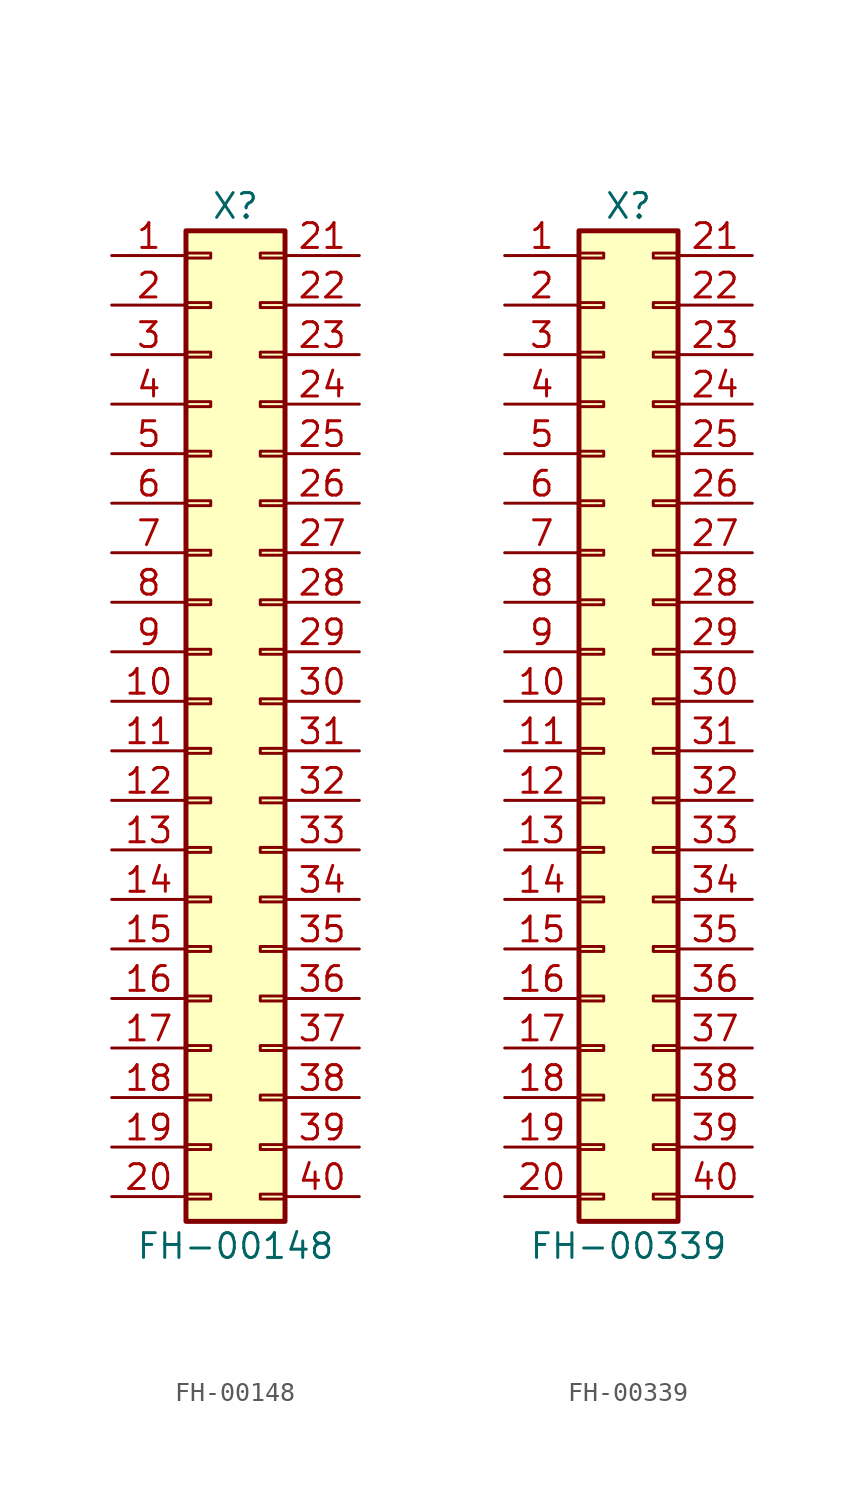
<source format=kicad_sym>
(kicad_symbol_lib
  (version 20220914)
  (generator kicad_db_lib)
  (symbol "FH-00148"
    (pin_names
      (offset 1.016) hide)
    (property "Reference" "X"
      (at 1.27 25.4 0)
      (effects (font (size 1.27 1.27))))
    (property "Value" "FH-00148"
      (at 1.27 -27.94 0)
      (effects (font (size 1.27 1.27))))
    (symbol "FH-00148_1_1"
      (rectangle (start -1.27 -25.273) (end 0 -25.527) (stroke (width 0.152) (type default)) (fill (type none)))
      (rectangle (start -1.27 -22.733) (end 0 -22.987) (stroke (width 0.152) (type default)) (fill (type none)))
      (rectangle (start -1.27 -20.193) (end 0 -20.447) (stroke (width 0.152) (type default)) (fill (type none)))
      (rectangle (start -1.27 -17.653) (end 0 -17.907) (stroke (width 0.152) (type default)) (fill (type none)))
      (rectangle (start -1.27 -15.113) (end 0 -15.367) (stroke (width 0.152) (type default)) (fill (type none)))
      (rectangle (start -1.27 -12.573) (end 0 -12.827) (stroke (width 0.152) (type default)) (fill (type none)))
      (rectangle (start -1.27 -10.033) (end 0 -10.287) (stroke (width 0.152) (type default)) (fill (type none)))
      (rectangle (start -1.27 -7.493) (end 0 -7.747) (stroke (width 0.152) (type default)) (fill (type none)))
      (rectangle (start -1.27 -4.953) (end 0 -5.207) (stroke (width 0.152) (type default)) (fill (type none)))
      (rectangle (start -1.27 -2.413) (end 0 -2.667) (stroke (width 0.152) (type default)) (fill (type none)))
      (rectangle (start -1.27 0.127) (end 0 -0.127) (stroke (width 0.152) (type default)) (fill (type none)))
      (rectangle (start -1.27 2.667) (end 0 2.413) (stroke (width 0.152) (type default)) (fill (type none)))
      (rectangle (start -1.27 5.207) (end 0 4.953) (stroke (width 0.152) (type default)) (fill (type none)))
      (rectangle (start -1.27 7.747) (end 0 7.493) (stroke (width 0.152) (type default)) (fill (type none)))
      (rectangle (start -1.27 10.287) (end 0 10.033) (stroke (width 0.152) (type default)) (fill (type none)))
      (rectangle (start -1.27 12.827) (end 0 12.573) (stroke (width 0.152) (type default)) (fill (type none)))
      (rectangle (start -1.27 15.367) (end 0 15.113) (stroke (width 0.152) (type default)) (fill (type none)))
      (rectangle (start -1.27 17.907) (end 0 17.653) (stroke (width 0.152) (type default)) (fill (type none)))
      (rectangle (start -1.27 20.447) (end 0 20.193) (stroke (width 0.152) (type default)) (fill (type none)))
      (rectangle (start -1.27 22.987) (end 0 22.733) (stroke (width 0.152) (type default)) (fill (type none)))
      (rectangle (start -1.27 24.13) (end 3.81 -26.67) (stroke (width 0.254) (type default)) (fill (type background)))
      (rectangle (start 3.81 -25.273) (end 2.54 -25.527) (stroke (width 0.152) (type default)) (fill (type none)))
      (rectangle (start 3.81 -22.733) (end 2.54 -22.987) (stroke (width 0.152) (type default)) (fill (type none)))
      (rectangle (start 3.81 -20.193) (end 2.54 -20.447) (stroke (width 0.152) (type default)) (fill (type none)))
      (rectangle (start 3.81 -17.653) (end 2.54 -17.907) (stroke (width 0.152) (type default)) (fill (type none)))
      (rectangle (start 3.81 -15.113) (end 2.54 -15.367) (stroke (width 0.152) (type default)) (fill (type none)))
      (rectangle (start 3.81 -12.573) (end 2.54 -12.827) (stroke (width 0.152) (type default)) (fill (type none)))
      (rectangle (start 3.81 -10.033) (end 2.54 -10.287) (stroke (width 0.152) (type default)) (fill (type none)))
      (rectangle (start 3.81 -7.493) (end 2.54 -7.747) (stroke (width 0.152) (type default)) (fill (type none)))
      (rectangle (start 3.81 -4.953) (end 2.54 -5.207) (stroke (width 0.152) (type default)) (fill (type none)))
      (rectangle (start 3.81 -2.413) (end 2.54 -2.667) (stroke (width 0.152) (type default)) (fill (type none)))
      (rectangle (start 3.81 0.127) (end 2.54 -0.127) (stroke (width 0.152) (type default)) (fill (type none)))
      (rectangle (start 3.81 2.667) (end 2.54 2.413) (stroke (width 0.152) (type default)) (fill (type none)))
      (rectangle (start 3.81 5.207) (end 2.54 4.953) (stroke (width 0.152) (type default)) (fill (type none)))
      (rectangle (start 3.81 7.747) (end 2.54 7.493) (stroke (width 0.152) (type default)) (fill (type none)))
      (rectangle (start 3.81 10.287) (end 2.54 10.033) (stroke (width 0.152) (type default)) (fill (type none)))
      (rectangle (start 3.81 12.827) (end 2.54 12.573) (stroke (width 0.152) (type default)) (fill (type none)))
      (rectangle (start 3.81 15.367) (end 2.54 15.113) (stroke (width 0.152) (type default)) (fill (type none)))
      (rectangle (start 3.81 17.907) (end 2.54 17.653) (stroke (width 0.152) (type default)) (fill (type none)))
      (rectangle (start 3.81 20.447) (end 2.54 20.193) (stroke (width 0.152) (type default)) (fill (type none)))
      (rectangle (start 3.81 22.987) (end 2.54 22.733) (stroke (width 0.152) (type default)) (fill (type none)))
      (pin passive line (at -5.08 22.86 0) (length 3.81) (name "Pin_1" (effects (font (size 1.27 1.27)))) (number "1" (effects (font (size 1.27 1.27)))))
      (pin passive line (at -5.08 0 0) (length 3.81) (name "Pin_10" (effects (font (size 1.27 1.27)))) (number "10" (effects (font (size 1.27 1.27)))))
      (pin passive line (at -5.08 -2.54 0) (length 3.81) (name "Pin_11" (effects (font (size 1.27 1.27)))) (number "11" (effects (font (size 1.27 1.27)))))
      (pin passive line (at -5.08 -5.08 0) (length 3.81) (name "Pin_12" (effects (font (size 1.27 1.27)))) (number "12" (effects (font (size 1.27 1.27)))))
      (pin passive line (at -5.08 -7.62 0) (length 3.81) (name "Pin_13" (effects (font (size 1.27 1.27)))) (number "13" (effects (font (size 1.27 1.27)))))
      (pin passive line (at -5.08 -10.16 0) (length 3.81) (name "Pin_14" (effects (font (size 1.27 1.27)))) (number "14" (effects (font (size 1.27 1.27)))))
      (pin passive line (at -5.08 -12.7 0) (length 3.81) (name "Pin_15" (effects (font (size 1.27 1.27)))) (number "15" (effects (font (size 1.27 1.27)))))
      (pin passive line (at -5.08 -15.24 0) (length 3.81) (name "Pin_16" (effects (font (size 1.27 1.27)))) (number "16" (effects (font (size 1.27 1.27)))))
      (pin passive line (at -5.08 -17.78 0) (length 3.81) (name "Pin_17" (effects (font (size 1.27 1.27)))) (number "17" (effects (font (size 1.27 1.27)))))
      (pin passive line (at -5.08 -20.32 0) (length 3.81) (name "Pin_18" (effects (font (size 1.27 1.27)))) (number "18" (effects (font (size 1.27 1.27)))))
      (pin passive line (at -5.08 -22.86 0) (length 3.81) (name "Pin_19" (effects (font (size 1.27 1.27)))) (number "19" (effects (font (size 1.27 1.27)))))
      (pin passive line (at -5.08 20.32 0) (length 3.81) (name "Pin_2" (effects (font (size 1.27 1.27)))) (number "2" (effects (font (size 1.27 1.27)))))
      (pin passive line (at -5.08 -25.4 0) (length 3.81) (name "Pin_20" (effects (font (size 1.27 1.27)))) (number "20" (effects (font (size 1.27 1.27)))))
      (pin passive line (at 7.62 22.86 180) (length 3.81) (name "Pin_21" (effects (font (size 1.27 1.27)))) (number "21" (effects (font (size 1.27 1.27)))))
      (pin passive line (at 7.62 20.32 180) (length 3.81) (name "Pin_22" (effects (font (size 1.27 1.27)))) (number "22" (effects (font (size 1.27 1.27)))))
      (pin passive line (at 7.62 17.78 180) (length 3.81) (name "Pin_23" (effects (font (size 1.27 1.27)))) (number "23" (effects (font (size 1.27 1.27)))))
      (pin passive line (at 7.62 15.24 180) (length 3.81) (name "Pin_24" (effects (font (size 1.27 1.27)))) (number "24" (effects (font (size 1.27 1.27)))))
      (pin passive line (at 7.62 12.7 180) (length 3.81) (name "Pin_25" (effects (font (size 1.27 1.27)))) (number "25" (effects (font (size 1.27 1.27)))))
      (pin passive line (at 7.62 10.16 180) (length 3.81) (name "Pin_26" (effects (font (size 1.27 1.27)))) (number "26" (effects (font (size 1.27 1.27)))))
      (pin passive line (at 7.62 7.62 180) (length 3.81) (name "Pin_27" (effects (font (size 1.27 1.27)))) (number "27" (effects (font (size 1.27 1.27)))))
      (pin passive line (at 7.62 5.08 180) (length 3.81) (name "Pin_28" (effects (font (size 1.27 1.27)))) (number "28" (effects (font (size 1.27 1.27)))))
      (pin passive line (at 7.62 2.54 180) (length 3.81) (name "Pin_29" (effects (font (size 1.27 1.27)))) (number "29" (effects (font (size 1.27 1.27)))))
      (pin passive line (at -5.08 17.78 0) (length 3.81) (name "Pin_3" (effects (font (size 1.27 1.27)))) (number "3" (effects (font (size 1.27 1.27)))))
      (pin passive line (at 7.62 0 180) (length 3.81) (name "Pin_30" (effects (font (size 1.27 1.27)))) (number "30" (effects (font (size 1.27 1.27)))))
      (pin passive line (at 7.62 -2.54 180) (length 3.81) (name "Pin_31" (effects (font (size 1.27 1.27)))) (number "31" (effects (font (size 1.27 1.27)))))
      (pin passive line (at 7.62 -5.08 180) (length 3.81) (name "Pin_32" (effects (font (size 1.27 1.27)))) (number "32" (effects (font (size 1.27 1.27)))))
      (pin passive line (at 7.62 -7.62 180) (length 3.81) (name "Pin_33" (effects (font (size 1.27 1.27)))) (number "33" (effects (font (size 1.27 1.27)))))
      (pin passive line (at 7.62 -10.16 180) (length 3.81) (name "Pin_34" (effects (font (size 1.27 1.27)))) (number "34" (effects (font (size 1.27 1.27)))))
      (pin passive line (at 7.62 -12.7 180) (length 3.81) (name "Pin_35" (effects (font (size 1.27 1.27)))) (number "35" (effects (font (size 1.27 1.27)))))
      (pin passive line (at 7.62 -15.24 180) (length 3.81) (name "Pin_36" (effects (font (size 1.27 1.27)))) (number "36" (effects (font (size 1.27 1.27)))))
      (pin passive line (at 7.62 -17.78 180) (length 3.81) (name "Pin_37" (effects (font (size 1.27 1.27)))) (number "37" (effects (font (size 1.27 1.27)))))
      (pin passive line (at 7.62 -20.32 180) (length 3.81) (name "Pin_38" (effects (font (size 1.27 1.27)))) (number "38" (effects (font (size 1.27 1.27)))))
      (pin passive line (at 7.62 -22.86 180) (length 3.81) (name "Pin_39" (effects (font (size 1.27 1.27)))) (number "39" (effects (font (size 1.27 1.27)))))
      (pin passive line (at -5.08 15.24 0) (length 3.81) (name "Pin_4" (effects (font (size 1.27 1.27)))) (number "4" (effects (font (size 1.27 1.27)))))
      (pin passive line (at 7.62 -25.4 180) (length 3.81) (name "Pin_40" (effects (font (size 1.27 1.27)))) (number "40" (effects (font (size 1.27 1.27)))))
      (pin passive line (at -5.08 12.7 0) (length 3.81) (name "Pin_5" (effects (font (size 1.27 1.27)))) (number "5" (effects (font (size 1.27 1.27)))))
      (pin passive line (at -5.08 10.16 0) (length 3.81) (name "Pin_6" (effects (font (size 1.27 1.27)))) (number "6" (effects (font (size 1.27 1.27)))))
      (pin passive line (at -5.08 7.62 0) (length 3.81) (name "Pin_7" (effects (font (size 1.27 1.27)))) (number "7" (effects (font (size 1.27 1.27)))))
      (pin passive line (at -5.08 5.08 0) (length 3.81) (name "Pin_8" (effects (font (size 1.27 1.27)))) (number "8" (effects (font (size 1.27 1.27)))))
      (pin passive line (at -5.08 2.54 0) (length 3.81) (name "Pin_9" (effects (font (size 1.27 1.27)))) (number "9" (effects (font (size 1.27 1.27)))))))
  (symbol "FH-00339"
    (pin_names
      (offset 1.016) hide)
    (property "Reference" "X"
      (at 1.27 25.4 0)
      (effects (font (size 1.27 1.27))))
    (property "Value" "FH-00339"
      (at 1.27 -27.94 0)
      (effects (font (size 1.27 1.27))))
    (symbol "FH-00339_1_1"
      (rectangle (start -1.27 -25.273) (end 0 -25.527) (stroke (width 0.152) (type default)) (fill (type none)))
      (rectangle (start -1.27 -22.733) (end 0 -22.987) (stroke (width 0.152) (type default)) (fill (type none)))
      (rectangle (start -1.27 -20.193) (end 0 -20.447) (stroke (width 0.152) (type default)) (fill (type none)))
      (rectangle (start -1.27 -17.653) (end 0 -17.907) (stroke (width 0.152) (type default)) (fill (type none)))
      (rectangle (start -1.27 -15.113) (end 0 -15.367) (stroke (width 0.152) (type default)) (fill (type none)))
      (rectangle (start -1.27 -12.573) (end 0 -12.827) (stroke (width 0.152) (type default)) (fill (type none)))
      (rectangle (start -1.27 -10.033) (end 0 -10.287) (stroke (width 0.152) (type default)) (fill (type none)))
      (rectangle (start -1.27 -7.493) (end 0 -7.747) (stroke (width 0.152) (type default)) (fill (type none)))
      (rectangle (start -1.27 -4.953) (end 0 -5.207) (stroke (width 0.152) (type default)) (fill (type none)))
      (rectangle (start -1.27 -2.413) (end 0 -2.667) (stroke (width 0.152) (type default)) (fill (type none)))
      (rectangle (start -1.27 0.127) (end 0 -0.127) (stroke (width 0.152) (type default)) (fill (type none)))
      (rectangle (start -1.27 2.667) (end 0 2.413) (stroke (width 0.152) (type default)) (fill (type none)))
      (rectangle (start -1.27 5.207) (end 0 4.953) (stroke (width 0.152) (type default)) (fill (type none)))
      (rectangle (start -1.27 7.747) (end 0 7.493) (stroke (width 0.152) (type default)) (fill (type none)))
      (rectangle (start -1.27 10.287) (end 0 10.033) (stroke (width 0.152) (type default)) (fill (type none)))
      (rectangle (start -1.27 12.827) (end 0 12.573) (stroke (width 0.152) (type default)) (fill (type none)))
      (rectangle (start -1.27 15.367) (end 0 15.113) (stroke (width 0.152) (type default)) (fill (type none)))
      (rectangle (start -1.27 17.907) (end 0 17.653) (stroke (width 0.152) (type default)) (fill (type none)))
      (rectangle (start -1.27 20.447) (end 0 20.193) (stroke (width 0.152) (type default)) (fill (type none)))
      (rectangle (start -1.27 22.987) (end 0 22.733) (stroke (width 0.152) (type default)) (fill (type none)))
      (rectangle (start -1.27 24.13) (end 3.81 -26.67) (stroke (width 0.254) (type default)) (fill (type background)))
      (rectangle (start 3.81 -25.273) (end 2.54 -25.527) (stroke (width 0.152) (type default)) (fill (type none)))
      (rectangle (start 3.81 -22.733) (end 2.54 -22.987) (stroke (width 0.152) (type default)) (fill (type none)))
      (rectangle (start 3.81 -20.193) (end 2.54 -20.447) (stroke (width 0.152) (type default)) (fill (type none)))
      (rectangle (start 3.81 -17.653) (end 2.54 -17.907) (stroke (width 0.152) (type default)) (fill (type none)))
      (rectangle (start 3.81 -15.113) (end 2.54 -15.367) (stroke (width 0.152) (type default)) (fill (type none)))
      (rectangle (start 3.81 -12.573) (end 2.54 -12.827) (stroke (width 0.152) (type default)) (fill (type none)))
      (rectangle (start 3.81 -10.033) (end 2.54 -10.287) (stroke (width 0.152) (type default)) (fill (type none)))
      (rectangle (start 3.81 -7.493) (end 2.54 -7.747) (stroke (width 0.152) (type default)) (fill (type none)))
      (rectangle (start 3.81 -4.953) (end 2.54 -5.207) (stroke (width 0.152) (type default)) (fill (type none)))
      (rectangle (start 3.81 -2.413) (end 2.54 -2.667) (stroke (width 0.152) (type default)) (fill (type none)))
      (rectangle (start 3.81 0.127) (end 2.54 -0.127) (stroke (width 0.152) (type default)) (fill (type none)))
      (rectangle (start 3.81 2.667) (end 2.54 2.413) (stroke (width 0.152) (type default)) (fill (type none)))
      (rectangle (start 3.81 5.207) (end 2.54 4.953) (stroke (width 0.152) (type default)) (fill (type none)))
      (rectangle (start 3.81 7.747) (end 2.54 7.493) (stroke (width 0.152) (type default)) (fill (type none)))
      (rectangle (start 3.81 10.287) (end 2.54 10.033) (stroke (width 0.152) (type default)) (fill (type none)))
      (rectangle (start 3.81 12.827) (end 2.54 12.573) (stroke (width 0.152) (type default)) (fill (type none)))
      (rectangle (start 3.81 15.367) (end 2.54 15.113) (stroke (width 0.152) (type default)) (fill (type none)))
      (rectangle (start 3.81 17.907) (end 2.54 17.653) (stroke (width 0.152) (type default)) (fill (type none)))
      (rectangle (start 3.81 20.447) (end 2.54 20.193) (stroke (width 0.152) (type default)) (fill (type none)))
      (rectangle (start 3.81 22.987) (end 2.54 22.733) (stroke (width 0.152) (type default)) (fill (type none)))
      (pin passive line (at -5.08 22.86 0) (length 3.81) (name "Pin_1" (effects (font (size 1.27 1.27)))) (number "1" (effects (font (size 1.27 1.27)))))
      (pin passive line (at -5.08 0 0) (length 3.81) (name "Pin_10" (effects (font (size 1.27 1.27)))) (number "10" (effects (font (size 1.27 1.27)))))
      (pin passive line (at -5.08 -2.54 0) (length 3.81) (name "Pin_11" (effects (font (size 1.27 1.27)))) (number "11" (effects (font (size 1.27 1.27)))))
      (pin passive line (at -5.08 -5.08 0) (length 3.81) (name "Pin_12" (effects (font (size 1.27 1.27)))) (number "12" (effects (font (size 1.27 1.27)))))
      (pin passive line (at -5.08 -7.62 0) (length 3.81) (name "Pin_13" (effects (font (size 1.27 1.27)))) (number "13" (effects (font (size 1.27 1.27)))))
      (pin passive line (at -5.08 -10.16 0) (length 3.81) (name "Pin_14" (effects (font (size 1.27 1.27)))) (number "14" (effects (font (size 1.27 1.27)))))
      (pin passive line (at -5.08 -12.7 0) (length 3.81) (name "Pin_15" (effects (font (size 1.27 1.27)))) (number "15" (effects (font (size 1.27 1.27)))))
      (pin passive line (at -5.08 -15.24 0) (length 3.81) (name "Pin_16" (effects (font (size 1.27 1.27)))) (number "16" (effects (font (size 1.27 1.27)))))
      (pin passive line (at -5.08 -17.78 0) (length 3.81) (name "Pin_17" (effects (font (size 1.27 1.27)))) (number "17" (effects (font (size 1.27 1.27)))))
      (pin passive line (at -5.08 -20.32 0) (length 3.81) (name "Pin_18" (effects (font (size 1.27 1.27)))) (number "18" (effects (font (size 1.27 1.27)))))
      (pin passive line (at -5.08 -22.86 0) (length 3.81) (name "Pin_19" (effects (font (size 1.27 1.27)))) (number "19" (effects (font (size 1.27 1.27)))))
      (pin passive line (at -5.08 20.32 0) (length 3.81) (name "Pin_2" (effects (font (size 1.27 1.27)))) (number "2" (effects (font (size 1.27 1.27)))))
      (pin passive line (at -5.08 -25.4 0) (length 3.81) (name "Pin_20" (effects (font (size 1.27 1.27)))) (number "20" (effects (font (size 1.27 1.27)))))
      (pin passive line (at 7.62 22.86 180) (length 3.81) (name "Pin_21" (effects (font (size 1.27 1.27)))) (number "21" (effects (font (size 1.27 1.27)))))
      (pin passive line (at 7.62 20.32 180) (length 3.81) (name "Pin_22" (effects (font (size 1.27 1.27)))) (number "22" (effects (font (size 1.27 1.27)))))
      (pin passive line (at 7.62 17.78 180) (length 3.81) (name "Pin_23" (effects (font (size 1.27 1.27)))) (number "23" (effects (font (size 1.27 1.27)))))
      (pin passive line (at 7.62 15.24 180) (length 3.81) (name "Pin_24" (effects (font (size 1.27 1.27)))) (number "24" (effects (font (size 1.27 1.27)))))
      (pin passive line (at 7.62 12.7 180) (length 3.81) (name "Pin_25" (effects (font (size 1.27 1.27)))) (number "25" (effects (font (size 1.27 1.27)))))
      (pin passive line (at 7.62 10.16 180) (length 3.81) (name "Pin_26" (effects (font (size 1.27 1.27)))) (number "26" (effects (font (size 1.27 1.27)))))
      (pin passive line (at 7.62 7.62 180) (length 3.81) (name "Pin_27" (effects (font (size 1.27 1.27)))) (number "27" (effects (font (size 1.27 1.27)))))
      (pin passive line (at 7.62 5.08 180) (length 3.81) (name "Pin_28" (effects (font (size 1.27 1.27)))) (number "28" (effects (font (size 1.27 1.27)))))
      (pin passive line (at 7.62 2.54 180) (length 3.81) (name "Pin_29" (effects (font (size 1.27 1.27)))) (number "29" (effects (font (size 1.27 1.27)))))
      (pin passive line (at -5.08 17.78 0) (length 3.81) (name "Pin_3" (effects (font (size 1.27 1.27)))) (number "3" (effects (font (size 1.27 1.27)))))
      (pin passive line (at 7.62 0 180) (length 3.81) (name "Pin_30" (effects (font (size 1.27 1.27)))) (number "30" (effects (font (size 1.27 1.27)))))
      (pin passive line (at 7.62 -2.54 180) (length 3.81) (name "Pin_31" (effects (font (size 1.27 1.27)))) (number "31" (effects (font (size 1.27 1.27)))))
      (pin passive line (at 7.62 -5.08 180) (length 3.81) (name "Pin_32" (effects (font (size 1.27 1.27)))) (number "32" (effects (font (size 1.27 1.27)))))
      (pin passive line (at 7.62 -7.62 180) (length 3.81) (name "Pin_33" (effects (font (size 1.27 1.27)))) (number "33" (effects (font (size 1.27 1.27)))))
      (pin passive line (at 7.62 -10.16 180) (length 3.81) (name "Pin_34" (effects (font (size 1.27 1.27)))) (number "34" (effects (font (size 1.27 1.27)))))
      (pin passive line (at 7.62 -12.7 180) (length 3.81) (name "Pin_35" (effects (font (size 1.27 1.27)))) (number "35" (effects (font (size 1.27 1.27)))))
      (pin passive line (at 7.62 -15.24 180) (length 3.81) (name "Pin_36" (effects (font (size 1.27 1.27)))) (number "36" (effects (font (size 1.27 1.27)))))
      (pin passive line (at 7.62 -17.78 180) (length 3.81) (name "Pin_37" (effects (font (size 1.27 1.27)))) (number "37" (effects (font (size 1.27 1.27)))))
      (pin passive line (at 7.62 -20.32 180) (length 3.81) (name "Pin_38" (effects (font (size 1.27 1.27)))) (number "38" (effects (font (size 1.27 1.27)))))
      (pin passive line (at 7.62 -22.86 180) (length 3.81) (name "Pin_39" (effects (font (size 1.27 1.27)))) (number "39" (effects (font (size 1.27 1.27)))))
      (pin passive line (at -5.08 15.24 0) (length 3.81) (name "Pin_4" (effects (font (size 1.27 1.27)))) (number "4" (effects (font (size 1.27 1.27)))))
      (pin passive line (at 7.62 -25.4 180) (length 3.81) (name "Pin_40" (effects (font (size 1.27 1.27)))) (number "40" (effects (font (size 1.27 1.27)))))
      (pin passive line (at -5.08 12.7 0) (length 3.81) (name "Pin_5" (effects (font (size 1.27 1.27)))) (number "5" (effects (font (size 1.27 1.27)))))
      (pin passive line (at -5.08 10.16 0) (length 3.81) (name "Pin_6" (effects (font (size 1.27 1.27)))) (number "6" (effects (font (size 1.27 1.27)))))
      (pin passive line (at -5.08 7.62 0) (length 3.81) (name "Pin_7" (effects (font (size 1.27 1.27)))) (number "7" (effects (font (size 1.27 1.27)))))
      (pin passive line (at -5.08 5.08 0) (length 3.81) (name "Pin_8" (effects (font (size 1.27 1.27)))) (number "8" (effects (font (size 1.27 1.27)))))
      (pin passive line (at -5.08 2.54 0) (length 3.81) (name "Pin_9" (effects (font (size 1.27 1.27)))) (number "9" (effects (font (size 1.27 1.27))))))))
</source>
